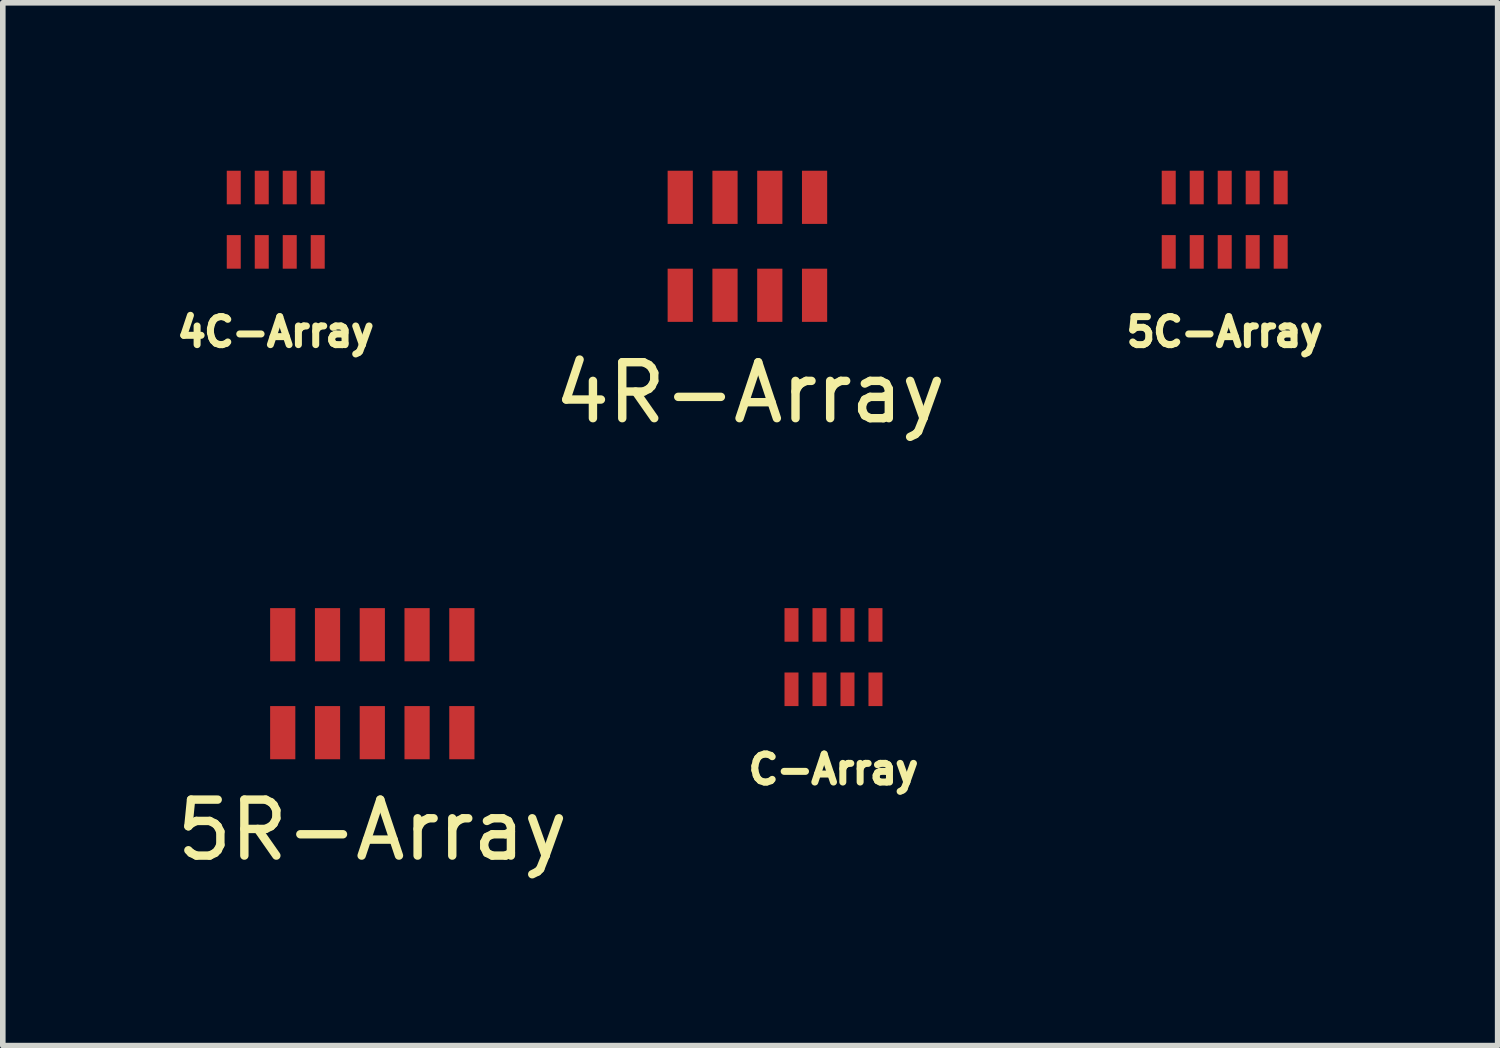
<source format=kicad_pcb>
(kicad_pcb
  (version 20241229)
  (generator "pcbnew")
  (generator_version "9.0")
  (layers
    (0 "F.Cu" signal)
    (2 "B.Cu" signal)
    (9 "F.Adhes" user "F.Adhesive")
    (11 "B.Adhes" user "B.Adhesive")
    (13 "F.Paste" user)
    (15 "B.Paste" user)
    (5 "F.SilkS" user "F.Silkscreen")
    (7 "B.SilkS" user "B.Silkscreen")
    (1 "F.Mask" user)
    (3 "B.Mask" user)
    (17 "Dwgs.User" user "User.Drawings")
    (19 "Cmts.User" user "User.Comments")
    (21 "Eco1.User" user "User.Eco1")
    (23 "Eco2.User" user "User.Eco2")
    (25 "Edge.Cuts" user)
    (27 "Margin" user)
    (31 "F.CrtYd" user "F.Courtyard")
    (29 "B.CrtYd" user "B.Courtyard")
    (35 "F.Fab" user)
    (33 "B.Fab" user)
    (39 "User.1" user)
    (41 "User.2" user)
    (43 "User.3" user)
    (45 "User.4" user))
  (footprint "4R-Array"
    (layer "F.Cu")
    (at 10.352 1.35)
    (property "Reference" "4R-Array" (at 0 2.616 0) (layer "F.SilkS") (effects (font (size 1 1) (thickness 0.15))))
    (attr through_hole)
    (pad "1" smd rect (at -1.25 -0.875) (size 0.45 0.95) (layers "F.Cu" "F.Mask" "F.Paste"))
    (pad "2" smd rect (at -0.45 -0.875) (size 0.45 0.95) (layers "F.Cu" "F.Mask" "F.Paste"))
    (pad "3" smd rect (at 0.35 -0.875) (size 0.45 0.95) (layers "F.Cu" "F.Mask" "F.Paste"))
    (pad "4" smd rect (at 1.15 -0.875) (size 0.45 0.95) (layers "F.Cu" "F.Mask" "F.Paste"))
    (pad "5" smd rect (at 1.15 0.875) (size 0.45 0.95) (layers "F.Cu" "F.Mask" "F.Paste"))
    (pad "6" smd rect (at 0.35 0.875) (size 0.45 0.95) (layers "F.Cu" "F.Mask" "F.Paste"))
    (pad "7" smd rect (at -0.45 0.875) (size 0.45 0.95) (layers "F.Cu" "F.Mask" "F.Paste"))
    (pad "8" smd rect (at -1.25 0.875) (size 0.45 0.95) (layers "F.Cu" "F.Mask" "F.Paste")))
  (footprint "C-Array"
    (layer "F.Cu")
    (at 11.84 8.689)
    (property "Reference" "C-Array" (at 0 2.007 0) (layer "F.SilkS") (effects (font (size 0.5 0.5) (thickness 0.125))))
    (attr through_hole)
    (pad "1" smd rect (at -0.75 -0.575) (size 0.25 0.6) (layers "F.Cu" "F.Mask" "F.Paste"))
    (pad "2" smd rect (at -0.25 -0.575) (size 0.25 0.6) (layers "F.Cu" "F.Mask" "F.Paste"))
    (pad "3" smd rect (at 0.25 -0.575) (size 0.25 0.6) (layers "F.Cu" "F.Mask" "F.Paste"))
    (pad "4" smd rect (at 0.75 -0.575) (size 0.25 0.6) (layers "F.Cu" "F.Mask" "F.Paste"))
    (pad "5" smd rect (at -0.75 0.575) (size 0.25 0.6) (layers "F.Cu" "F.Mask" "F.Paste"))
    (pad "6" smd rect (at -0.25 0.575) (size 0.25 0.6) (layers "F.Cu" "F.Mask" "F.Paste"))
    (pad "7" smd rect (at 0.25 0.575) (size 0.25 0.6) (layers "F.Cu" "F.Mask" "F.Paste"))
    (pad "8" smd rect (at 0.75 0.575) (size 0.25 0.6) (layers "F.Cu" "F.Mask" "F.Paste")))
  (footprint "5C-Array"
    (layer "F.Cu")
    (at 18.829 0.875)
    (property "Reference" "5C-Array" (at 0 2.007 0) (layer "F.SilkS") (effects (font (size 0.5 0.5) (thickness 0.125))))
    (attr through_hole)
    (pad "1" smd rect (at -1 -0.575) (size 0.25 0.6) (layers "F.Cu" "F.Mask" "F.Paste"))
    (pad "2" smd rect (at -0.5 -0.575) (size 0.25 0.6) (layers "F.Cu" "F.Mask" "F.Paste"))
    (pad "3" smd rect (at 0 -0.575) (size 0.25 0.6) (layers "F.Cu" "F.Mask" "F.Paste"))
    (pad "4" smd rect (at 0.5 -0.575) (size 0.25 0.6) (layers "F.Cu" "F.Mask" "F.Paste"))
    (pad "5" smd rect (at 1 -0.575) (size 0.25 0.6) (layers "F.Cu" "F.Mask" "F.Paste"))
    (pad "6" smd rect (at 1 0.575) (size 0.25 0.6) (layers "F.Cu" "F.Mask" "F.Paste"))
    (pad "7" smd rect (at 0.5 0.575) (size 0.25 0.6) (layers "F.Cu" "F.Mask" "F.Paste"))
    (pad "8" smd rect (at 0 0.575) (size 0.25 0.6) (layers "F.Cu" "F.Mask" "F.Paste"))
    (pad "9" smd rect (at -0.5 0.575) (size 0.25 0.6) (layers "F.Cu" "F.Mask" "F.Paste"))
    (pad "10" smd rect (at -1 0.575) (size 0.25 0.6) (layers "F.Cu" "F.Mask" "F.Paste")))
  (footprint "5R-Array"
    (layer "F.Cu")
    (at 3.601 9.164)
    (property "Reference" "5R-Array" (at 0 2.616 0) (layer "F.SilkS") (effects (font (size 1 1) (thickness 0.15))))
    (attr through_hole)
    (pad "1" smd rect (at -1.6 -0.875) (size 0.45 0.95) (layers "F.Cu" "F.Mask" "F.Paste"))
    (pad "2" smd rect (at -0.8 -0.875) (size 0.45 0.95) (layers "F.Cu" "F.Mask" "F.Paste"))
    (pad "3" smd rect (at 0 -0.875) (size 0.45 0.95) (layers "F.Cu" "F.Mask" "F.Paste"))
    (pad "4" smd rect (at 0.8 -0.875) (size 0.45 0.95) (layers "F.Cu" "F.Mask" "F.Paste"))
    (pad "5" smd rect (at 1.6 -0.875) (size 0.45 0.95) (layers "F.Cu" "F.Mask" "F.Paste"))
    (pad "6" smd rect (at 1.6 0.875) (size 0.45 0.95) (layers "F.Cu" "F.Mask" "F.Paste"))
    (pad "7" smd rect (at 0.8 0.875) (size 0.45 0.95) (layers "F.Cu" "F.Mask" "F.Paste"))
    (pad "8" smd rect (at 0 0.875) (size 0.45 0.95) (layers "F.Cu" "F.Mask" "F.Paste"))
    (pad "9" smd rect (at -0.8 0.875) (size 0.45 0.95) (layers "F.Cu" "F.Mask" "F.Paste"))
    (pad "10" smd rect (at -1.6 0.875) (size 0.45 0.95) (layers "F.Cu" "F.Mask" "F.Paste")))
  (footprint "4C-Array"
    (layer "F.Cu")
    (at 1.876 0.875)
    (property "Reference" "4C-Array" (at 0 2.007 0) (layer "F.SilkS") (effects (font (size 0.5 0.5) (thickness 0.125))))
    (attr through_hole)
    (pad "1" smd rect (at -0.75 -0.575) (size 0.25 0.6) (layers "F.Cu" "F.Mask" "F.Paste"))
    (pad "2" smd rect (at -0.25 -0.575) (size 0.25 0.6) (layers "F.Cu" "F.Mask" "F.Paste"))
    (pad "3" smd rect (at 0.25 -0.575) (size 0.25 0.6) (layers "F.Cu" "F.Mask" "F.Paste"))
    (pad "4" smd rect (at 0.75 -0.575) (size 0.25 0.6) (layers "F.Cu" "F.Mask" "F.Paste"))
    (pad "5" smd rect (at 0.75 0.575) (size 0.25 0.6) (layers "F.Cu" "F.Mask" "F.Paste"))
    (pad "6" smd rect (at 0.25 0.575) (size 0.25 0.6) (layers "F.Cu" "F.Mask" "F.Paste"))
    (pad "7" smd rect (at -0.25 0.575) (size 0.25 0.6) (layers "F.Cu" "F.Mask" "F.Paste"))
    (pad "8" smd rect (at -0.75 0.575) (size 0.25 0.6) (layers "F.Cu" "F.Mask" "F.Paste")))
  (gr_rect
    (start -3 -3)
    (end 23.705 15.629)
    (stroke (width 0.1) (type default))
    (fill no)
    (layer "Edge.Cuts")))
</source>
